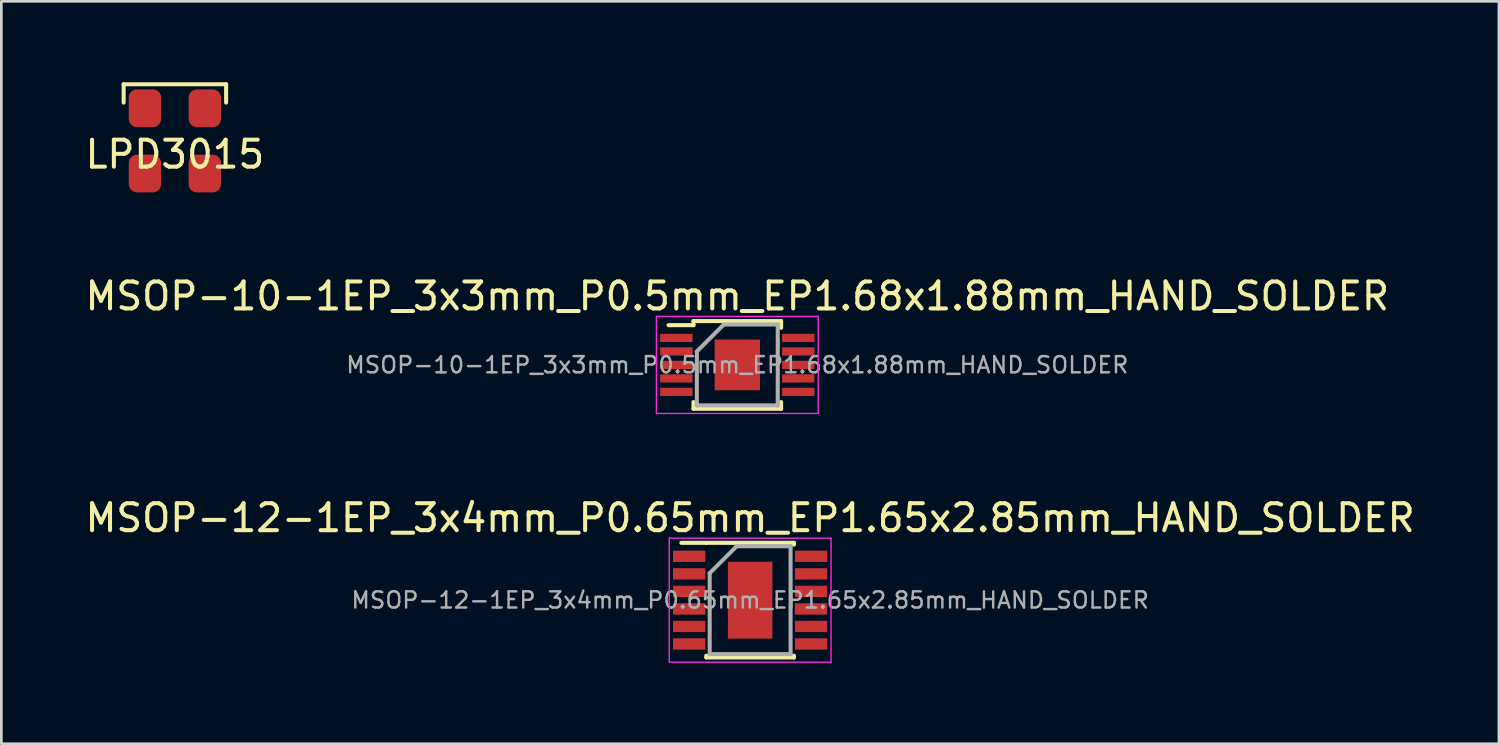
<source format=kicad_pcb>
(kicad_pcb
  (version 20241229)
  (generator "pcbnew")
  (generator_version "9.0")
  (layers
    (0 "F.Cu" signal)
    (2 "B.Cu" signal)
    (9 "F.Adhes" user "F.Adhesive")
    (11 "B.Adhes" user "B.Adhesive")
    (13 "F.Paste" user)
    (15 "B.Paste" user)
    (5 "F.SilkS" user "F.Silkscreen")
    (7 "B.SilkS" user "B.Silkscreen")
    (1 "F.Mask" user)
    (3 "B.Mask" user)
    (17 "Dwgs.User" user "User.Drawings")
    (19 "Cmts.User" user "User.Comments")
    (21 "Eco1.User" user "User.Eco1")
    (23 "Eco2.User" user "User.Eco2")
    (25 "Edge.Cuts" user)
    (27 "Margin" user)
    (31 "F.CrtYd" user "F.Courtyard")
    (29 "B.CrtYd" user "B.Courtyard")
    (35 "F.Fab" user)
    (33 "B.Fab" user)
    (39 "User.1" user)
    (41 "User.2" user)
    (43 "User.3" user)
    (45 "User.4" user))
  (footprint "MSOP-10-1EP_3x3mm_P0.5mm_EP1.68x1.88mm_HAND_SOLDER"
    (layer "F.Cu")
    (at 24.292 10.483)
    (property "Reference" "MSOP-10-1EP_3x3mm_P0.5mm_EP1.68x1.88mm_HAND_SOLDER" (at 0 -2.55 0) (layer "F.SilkS") (effects (font (size 1 1) (thickness 0.15))))
    (attr smd)
    (fp_line (start -1.625 -1.625) (end -1.625 -1.475) (stroke (width 0.15) (type solid)) (layer "F.SilkS"))
    (fp_line (start -1.625 -1.625) (end 1.625 -1.625) (stroke (width 0.15) (type solid)) (layer "F.SilkS"))
    (fp_line (start -1.625 -1.475) (end -2.55 -1.475) (stroke (width 0.15) (type solid)) (layer "F.SilkS"))
    (fp_line (start -1.625 1.625) (end -1.625 1.377) (stroke (width 0.15) (type solid)) (layer "F.SilkS"))
    (fp_line (start -1.625 1.625) (end 1.625 1.625) (stroke (width 0.15) (type solid)) (layer "F.SilkS"))
    (fp_line (start 1.625 -1.625) (end 1.625 -1.377) (stroke (width 0.15) (type solid)) (layer "F.SilkS"))
    (fp_line (start 1.625 1.625) (end 1.625 1.377) (stroke (width 0.15) (type solid)) (layer "F.SilkS"))
    (fp_line (start -3 -1.8) (end -3 1.8) (stroke (width 0.05) (type solid)) (layer "F.CrtYd"))
    (fp_line (start -3 -1.8) (end 3 -1.8) (stroke (width 0.05) (type solid)) (layer "F.CrtYd"))
    (fp_line (start -3 1.8) (end 3 1.8) (stroke (width 0.05) (type solid)) (layer "F.CrtYd"))
    (fp_line (start 3 -1.8) (end 3 1.8) (stroke (width 0.05) (type solid)) (layer "F.CrtYd"))
    (fp_line (start -1.5 -0.5) (end -0.5 -1.5) (stroke (width 0.15) (type solid)) (layer "F.Fab"))
    (fp_line (start -1.5 1.5) (end -1.5 -0.5) (stroke (width 0.15) (type solid)) (layer "F.Fab"))
    (fp_line (start -0.5 -1.5) (end 1.5 -1.5) (stroke (width 0.15) (type solid)) (layer "F.Fab"))
    (fp_line (start 1.5 -1.5) (end 1.5 1.5) (stroke (width 0.15) (type solid)) (layer "F.Fab"))
    (fp_line (start 1.5 1.5) (end -1.5 1.5) (stroke (width 0.15) (type solid)) (layer "F.Fab"))
    (fp_text user "${REFERENCE}" (at 0 0 0) (layer "F.Fab") (effects (font (size 0.6 0.6) (thickness 0.09))))
    (pad "" smd rect (at -0.42 -0.47) (size 0.66 0.76) (layers "F.Paste"))
    (pad "" smd rect (at -0.42 0.47) (size 0.66 0.76) (layers "F.Paste"))
    (pad "" smd rect (at 0.42 -0.47) (size 0.66 0.76) (layers "F.Paste"))
    (pad "" smd rect (at 0.42 0.47) (size 0.66 0.76) (layers "F.Paste"))
    (pad "1" smd rect (at -2.26 -1) (size 1.2 0.305) (layers "F.Cu" "F.Mask" "F.Paste"))
    (pad "2" smd rect (at -2.26 -0.5) (size 1.2 0.305) (layers "F.Cu" "F.Mask" "F.Paste"))
    (pad "3" smd rect (at -2.26 0) (size 1.2 0.305) (layers "F.Cu" "F.Mask" "F.Paste"))
    (pad "4" smd rect (at -2.26 0.5) (size 1.2 0.305) (layers "F.Cu" "F.Mask" "F.Paste"))
    (pad "5" smd rect (at -2.26 1) (size 1.2 0.305) (layers "F.Cu" "F.Mask" "F.Paste"))
    (pad "6" smd rect (at 2.26 1) (size 1.2 0.305) (layers "F.Cu" "F.Mask" "F.Paste"))
    (pad "7" smd rect (at 2.26 0.5) (size 1.2 0.305) (layers "F.Cu" "F.Mask" "F.Paste"))
    (pad "8" smd rect (at 2.26 0) (size 1.2 0.305) (layers "F.Cu" "F.Mask" "F.Paste"))
    (pad "9" smd rect (at 2.26 -0.5) (size 1.2 0.305) (layers "F.Cu" "F.Mask" "F.Paste"))
    (pad "10" smd rect (at 2.26 -1) (size 1.2 0.305) (layers "F.Cu" "F.Mask" "F.Paste"))
    (pad "11" smd rect (at 0 0) (size 1.68 1.88) (layers "F.Cu" "F.Mask")))
  (footprint "LPD3015"
    (layer "F.Cu")
    (at 3.435 2.175)
    (property "Reference" "LPD3015" (at 0 0.5 0) (layer "F.SilkS") (effects (font (size 1 1) (thickness 0.15))))
    (attr through_hole)
    (fp_line (start -1.9 -2.1) (end 1.9 -2.1) (stroke (width 0.15) (type solid)) (layer "F.SilkS"))
    (fp_line (start -1.9 -1.422) (end -1.9 -2.1) (stroke (width 0.15) (type solid)) (layer "F.SilkS"))
    (fp_line (start 1.9 -2.1) (end 1.9 -1.422) (stroke (width 0.15) (type solid)) (layer "F.SilkS"))
    (pad "1" smd roundrect (at -1.11 -1.21) (size 1.2 1.4) (layers "F.Cu" "F.Mask" "F.Paste") (roundrect_rratio 0.25))
    (pad "2" smd roundrect (at -1.11 1.21) (size 1.2 1.4) (layers "F.Cu" "F.Mask" "F.Paste") (roundrect_rratio 0.25))
    (pad "3" smd roundrect (at 1.11 1.21) (size 1.2 1.4) (layers "F.Cu" "F.Mask" "F.Paste") (roundrect_rratio 0.25))
    (pad "4" smd roundrect (at 1.11 -1.21) (size 1.2 1.4) (layers "F.Cu" "F.Mask" "F.Paste") (roundrect_rratio 0.25)))
  (footprint "MSOP-12-1EP_3x4mm_P0.65mm_EP1.65x2.85mm_HAND_SOLDER"
    (layer "F.Cu")
    (at 24.768 19.206)
    (property "Reference" "MSOP-12-1EP_3x4mm_P0.65mm_EP1.65x2.85mm_HAND_SOLDER" (at 0 -3.05 0) (layer "F.SilkS") (effects (font (size 1 1) (thickness 0.15))))
    (attr smd)
    (fp_line (start -1.625 -2.125) (end -2.55 -2.125) (stroke (width 0.15) (type solid)) (layer "F.SilkS"))
    (fp_line (start -1.625 -2.125) (end 1.625 -2.125) (stroke (width 0.15) (type solid)) (layer "F.SilkS"))
    (fp_line (start -1.625 2.125) (end -1.625 2.06) (stroke (width 0.15) (type solid)) (layer "F.SilkS"))
    (fp_line (start -1.625 2.125) (end 1.625 2.125) (stroke (width 0.15) (type solid)) (layer "F.SilkS"))
    (fp_line (start 1.625 -2.125) (end 1.625 -2.06) (stroke (width 0.15) (type solid)) (layer "F.SilkS"))
    (fp_line (start 1.625 2.125) (end 1.625 2.06) (stroke (width 0.15) (type solid)) (layer "F.SilkS"))
    (fp_line (start -3 -2.3) (end -3 2.3) (stroke (width 0.05) (type solid)) (layer "F.CrtYd"))
    (fp_line (start -3 -2.3) (end 3 -2.3) (stroke (width 0.05) (type solid)) (layer "F.CrtYd"))
    (fp_line (start -3 2.3) (end 3 2.3) (stroke (width 0.05) (type solid)) (layer "F.CrtYd"))
    (fp_line (start 3 -2.3) (end 3 2.3) (stroke (width 0.05) (type solid)) (layer "F.CrtYd"))
    (fp_line (start -1.5 -1) (end -0.5 -2) (stroke (width 0.15) (type solid)) (layer "F.Fab"))
    (fp_line (start -1.5 2) (end -1.5 -1) (stroke (width 0.15) (type solid)) (layer "F.Fab"))
    (fp_line (start -0.5 -2) (end 1.5 -2) (stroke (width 0.15) (type solid)) (layer "F.Fab"))
    (fp_line (start 1.5 -2) (end 1.5 2) (stroke (width 0.15) (type solid)) (layer "F.Fab"))
    (fp_line (start 1.5 2) (end -1.5 2) (stroke (width 0.15) (type solid)) (layer "F.Fab"))
    (fp_text user "${REFERENCE}" (at 0 0 0) (layer "F.Fab") (effects (font (size 0.6 0.6) (thickness 0.09))))
    (pad "" smd rect (at -0.412 -0.95) (size 0.68 0.75) (layers "F.Paste"))
    (pad "" smd rect (at -0.412 0) (size 0.68 0.75) (layers "F.Paste"))
    (pad "" smd rect (at -0.412 0.95) (size 0.68 0.75) (layers "F.Paste"))
    (pad "" smd rect (at 0.412 -0.95) (size 0.68 0.75) (layers "F.Paste"))
    (pad "" smd rect (at 0.412 0) (size 0.68 0.75) (layers "F.Paste"))
    (pad "" smd rect (at 0.412 0.95) (size 0.68 0.75) (layers "F.Paste"))
    (pad "1" smd rect (at -2.26 -1.625) (size 1.2 0.42) (layers "F.Cu" "F.Mask" "F.Paste"))
    (pad "2" smd rect (at -2.26 -0.975) (size 1.2 0.42) (layers "F.Cu" "F.Mask" "F.Paste"))
    (pad "3" smd rect (at -2.26 -0.325) (size 1.2 0.42) (layers "F.Cu" "F.Mask" "F.Paste"))
    (pad "4" smd rect (at -2.26 0.325) (size 1.2 0.42) (layers "F.Cu" "F.Mask" "F.Paste"))
    (pad "5" smd rect (at -2.26 0.975) (size 1.2 0.42) (layers "F.Cu" "F.Mask" "F.Paste"))
    (pad "6" smd rect (at -2.26 1.625) (size 1.2 0.42) (layers "F.Cu" "F.Mask" "F.Paste"))
    (pad "7" smd rect (at 2.26 1.625) (size 1.2 0.42) (layers "F.Cu" "F.Mask" "F.Paste"))
    (pad "8" smd rect (at 2.26 0.975) (size 1.2 0.42) (layers "F.Cu" "F.Mask" "F.Paste"))
    (pad "9" smd rect (at 2.26 0.325) (size 1.2 0.42) (layers "F.Cu" "F.Mask" "F.Paste"))
    (pad "10" smd rect (at 2.26 -0.325) (size 1.2 0.42) (layers "F.Cu" "F.Mask" "F.Paste"))
    (pad "11" smd rect (at 2.26 -0.975) (size 1.2 0.42) (layers "F.Cu" "F.Mask" "F.Paste"))
    (pad "12" smd rect (at 2.26 -1.625) (size 1.2 0.42) (layers "F.Cu" "F.Mask" "F.Paste"))
    (pad "13" smd rect (at 0 0) (size 1.65 2.85) (layers "F.Cu" "F.Mask")))
  (gr_rect
    (start -3 -3)
    (end 52.536 24.532)
    (stroke (width 0.1) (type default))
    (fill no)
    (layer "Edge.Cuts")))
</source>
